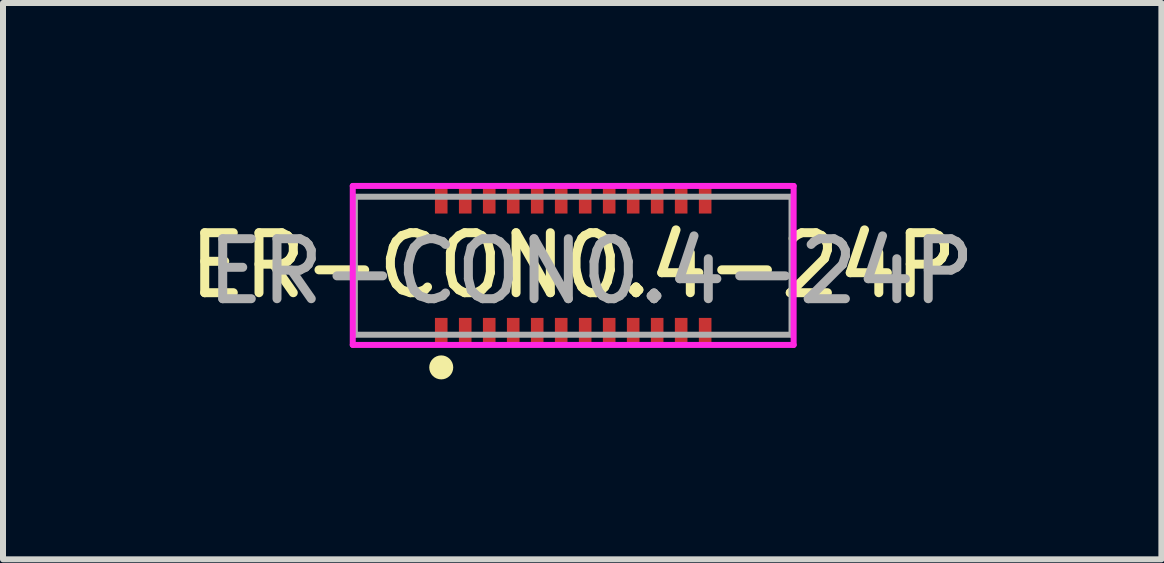
<source format=kicad_pcb>
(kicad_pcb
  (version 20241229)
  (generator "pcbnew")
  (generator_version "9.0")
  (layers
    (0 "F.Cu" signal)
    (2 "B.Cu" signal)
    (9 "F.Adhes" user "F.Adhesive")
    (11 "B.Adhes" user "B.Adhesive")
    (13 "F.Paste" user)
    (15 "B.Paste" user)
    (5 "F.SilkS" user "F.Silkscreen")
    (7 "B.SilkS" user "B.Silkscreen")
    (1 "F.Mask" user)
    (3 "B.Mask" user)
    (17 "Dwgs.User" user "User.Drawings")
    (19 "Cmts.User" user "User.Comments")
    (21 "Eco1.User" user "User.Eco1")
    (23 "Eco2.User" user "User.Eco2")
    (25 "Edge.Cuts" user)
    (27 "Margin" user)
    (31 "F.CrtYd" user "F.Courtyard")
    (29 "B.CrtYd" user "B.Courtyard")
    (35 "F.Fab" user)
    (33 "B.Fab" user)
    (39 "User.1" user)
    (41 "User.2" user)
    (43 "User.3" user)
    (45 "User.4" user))
  (footprint "ER-CON0.4-24P"
    (layer "F.Cu")
    (at 6.506 1.375)
    (property "Reference" "ER-CON0.4-24P" (at 0 0 0) (unlocked yes) (layer "F.SilkS") (effects (font (size 1 1) (thickness 0.15))))
    (attr smd)
    (fp_circle (center -2.2 1.7) (end -2.1 1.7) (stroke (width 0.2) (type solid)) (fill no) (layer "F.SilkS"))
    (fp_line (start -3.675 -1.325) (end 3.675 -1.325) (stroke (width 0.1) (type solid)) (layer "F.CrtYd"))
    (fp_line (start -3.675 1.325) (end -3.675 -1.325) (stroke (width 0.1) (type solid)) (layer "F.CrtYd"))
    (fp_line (start 3.675 -1.325) (end 3.675 1.325) (stroke (width 0.1) (type solid)) (layer "F.CrtYd"))
    (fp_line (start 3.675 1.325) (end -3.675 1.325) (stroke (width 0.1) (type solid)) (layer "F.CrtYd"))
    (fp_line (start -3.64 -1.145) (end -3.64 1.155) (stroke (width 0.1) (type solid)) (layer "F.Fab"))
    (fp_line (start -3.64 1.155) (end 3.64 1.155) (stroke (width 0.1) (type solid)) (layer "F.Fab"))
    (fp_line (start 3.64 -1.145) (end -3.64 -1.145) (stroke (width 0.1) (type solid)) (layer "F.Fab"))
    (fp_line (start 3.64 1.155) (end 3.64 -1.145) (stroke (width 0.1) (type solid)) (layer "F.Fab"))
    (fp_text user "${REFERENCE}" (at 0.3 0.1 0) (unlocked yes) (layer "F.Fab") (effects (font (size 1 1) (thickness 0.15))))
    (pad "1" smd rect (at -2.2 1.1) (size 0.21 0.45) (layers "F.Cu" "F.Mask" "F.Paste"))
    (pad "2" smd rect (at -1.8 1.1) (size 0.21 0.45) (layers "F.Cu" "F.Mask" "F.Paste"))
    (pad "3" smd rect (at -1.4 1.1) (size 0.21 0.45) (layers "F.Cu" "F.Mask" "F.Paste"))
    (pad "4" smd rect (at -1 1.1) (size 0.21 0.45) (layers "F.Cu" "F.Mask" "F.Paste"))
    (pad "5" smd rect (at -0.6 1.1) (size 0.21 0.45) (layers "F.Cu" "F.Mask" "F.Paste"))
    (pad "6" smd rect (at -0.2 1.1) (size 0.21 0.45) (layers "F.Cu" "F.Mask" "F.Paste"))
    (pad "7" smd rect (at 0.2 1.1) (size 0.21 0.45) (layers "F.Cu" "F.Mask" "F.Paste"))
    (pad "8" smd rect (at 0.6 1.1) (size 0.21 0.45) (layers "F.Cu" "F.Mask" "F.Paste"))
    (pad "9" smd rect (at 1 1.1) (size 0.21 0.45) (layers "F.Cu" "F.Mask" "F.Paste"))
    (pad "10" smd rect (at 1.4 1.1) (size 0.21 0.45) (layers "F.Cu" "F.Mask" "F.Paste"))
    (pad "11" smd rect (at 1.8 1.1) (size 0.21 0.45) (layers "F.Cu" "F.Mask" "F.Paste"))
    (pad "12" smd rect (at 2.2 1.1) (size 0.21 0.45) (layers "F.Cu" "F.Mask" "F.Paste"))
    (pad "13" smd rect (at 2.2 -1.09) (size 0.21 0.45) (layers "F.Cu" "F.Mask" "F.Paste"))
    (pad "14" smd rect (at 1.8 -1.09) (size 0.21 0.45) (layers "F.Cu" "F.Mask" "F.Paste"))
    (pad "15" smd rect (at 1.4 -1.09) (size 0.21 0.45) (layers "F.Cu" "F.Mask" "F.Paste"))
    (pad "16" smd rect (at 1 -1.09) (size 0.21 0.45) (layers "F.Cu" "F.Mask" "F.Paste"))
    (pad "17" smd rect (at 0.6 -1.09) (size 0.21 0.45) (layers "F.Cu" "F.Mask" "F.Paste"))
    (pad "18" smd rect (at 0.2 -1.09) (size 0.21 0.45) (layers "F.Cu" "F.Mask" "F.Paste"))
    (pad "19" smd rect (at -0.2 -1.09) (size 0.21 0.45) (layers "F.Cu" "F.Mask" "F.Paste"))
    (pad "20" smd rect (at -0.6 -1.09) (size 0.21 0.45) (layers "F.Cu" "F.Mask" "F.Paste"))
    (pad "21" smd rect (at -1 -1.09) (size 0.21 0.45) (layers "F.Cu" "F.Mask" "F.Paste"))
    (pad "22" smd rect (at -1.4 -1.09) (size 0.21 0.45) (layers "F.Cu" "F.Mask" "F.Paste"))
    (pad "23" smd rect (at -1.8 -1.09) (size 0.21 0.45) (layers "F.Cu" "F.Mask" "F.Paste"))
    (pad "24" smd rect (at -2.2 -1.09) (size 0.21 0.45) (layers "F.Cu" "F.Mask" "F.Paste")))
  (gr_rect
    (start -3 -3)
    (end 16.312 6.275)
    (stroke (width 0.1) (type default))
    (fill no)
    (layer "Edge.Cuts")))
</source>
